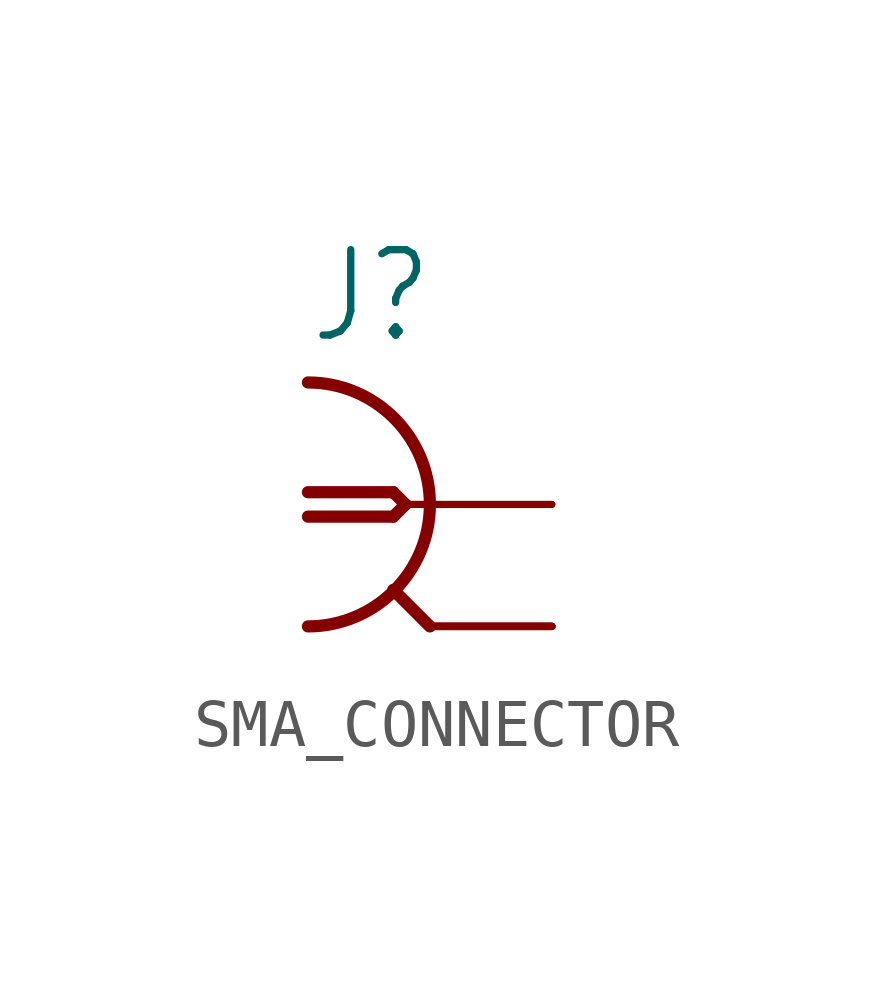
<source format=kicad_sym>
(kicad_symbol_lib
  (version 20231120)
  (generator "kicad_symbol_editor")
  (generator_version "8.0")
  (symbol "SMA_CONNECTOR"
    (property "Reference" "J"
      (at -2.54 3.302 0)
      (effects (font (size 1.778 1.511)) (justify left bottom)))
    (property "ki_locked" ""
      (at 0 0 0)
      (effects (font (size 1.27 1.27))))
    (symbol "SMA_CONNECTOR_1_0"
      (arc (start -2.54 -2.54) (mid 0 0) (end -2.54 2.54) (stroke (width 0.254) (type solid)) (fill (type none)))
      (polyline (pts (xy -2.54 0.254) (xy -0.762 0.254)) (stroke (width 0.254) (type solid)) (fill (type none)))
      (polyline (pts (xy -0.762 -0.254) (xy -2.54 -0.254)) (stroke (width 0.254) (type solid)) (fill (type none)))
      (polyline (pts (xy -0.762 0.254) (xy -0.508 0)) (stroke (width 0.254) (type solid)) (fill (type none)))
      (polyline (pts (xy -0.508 0) (xy -0.762 -0.254)) (stroke (width 0.254) (type solid)) (fill (type none)))
      (polyline (pts (xy 0 -2.54) (xy -0.762 -1.778)) (stroke (width 0.254) (type solid)) (fill (type none)))
      (polyline (pts (xy 0 0) (xy -0.508 0)) (stroke (width 0.152) (type solid)) (fill (type none)))
      (pin passive line (at 2.54 0 180) (length 2.54) (name "1" (effects (font (size 0 0)))) (number "P$1" (effects (font (size 0 0)))))
      (pin passive line (at 2.54 -2.54 180) (length 2.54) (name "2" (effects (font (size 0 0)))) (number "P$2" (effects (font (size 0 0)))))
      (pin passive line (at 2.54 -2.54 180) (length 2.54) (name "2" (effects (font (size 0 0)))) (number "P$3" (effects (font (size 0 0)))))
      (pin passive line (at 2.54 -2.54 180) (length 2.54) (name "2" (effects (font (size 0 0)))) (number "P$4" (effects (font (size 0 0)))))
      (pin passive line (at 2.54 -2.54 180) (length 2.54) (name "2" (effects (font (size 0 0)))) (number "P$5" (effects (font (size 0 0))))))))
</source>
